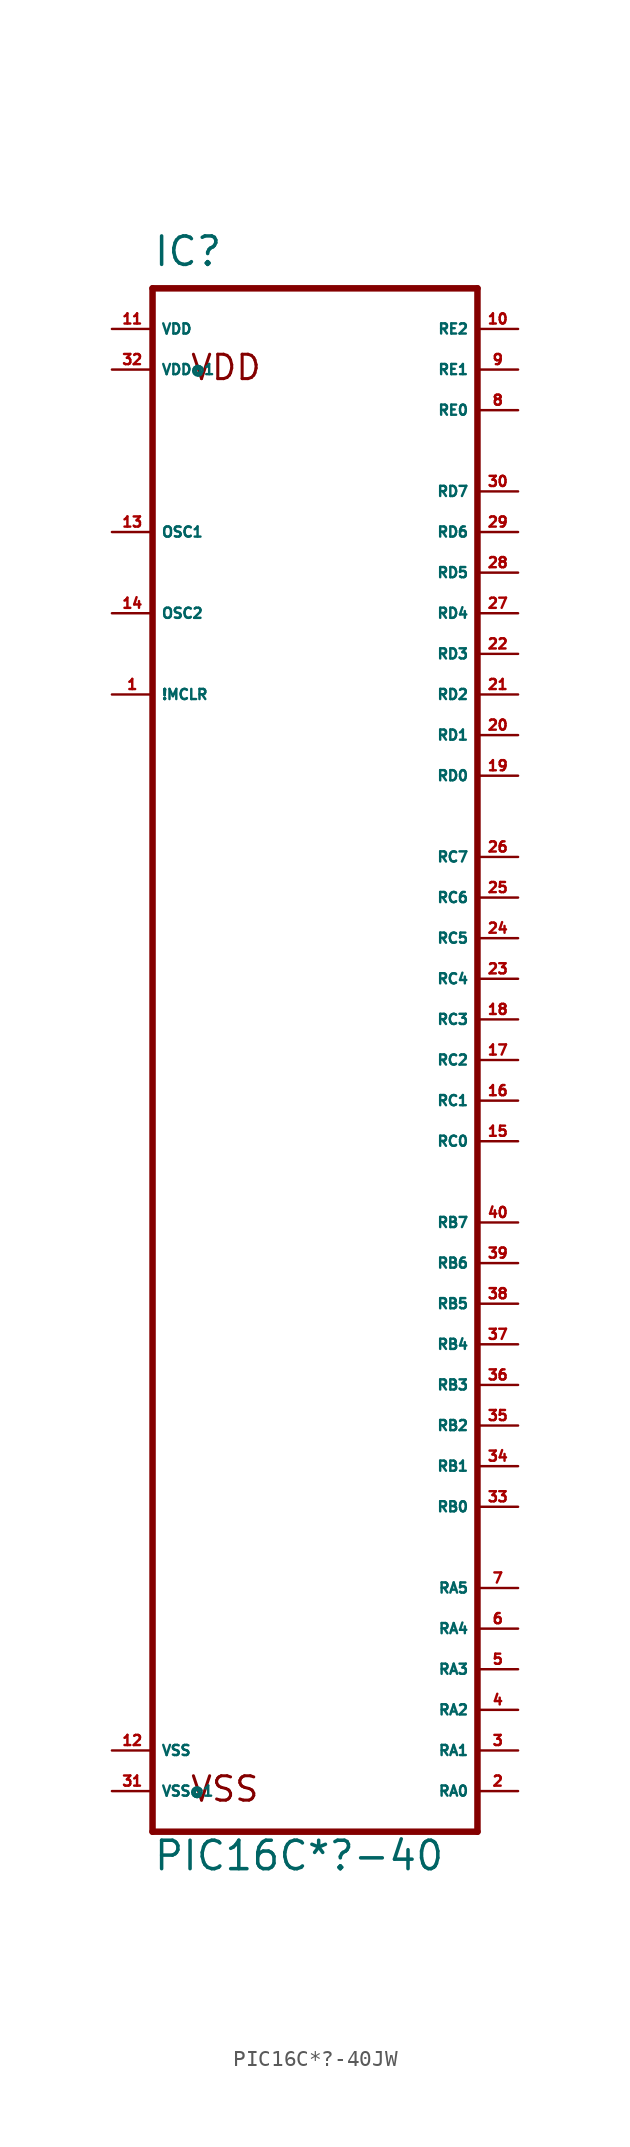
<source format=kicad_sym>
(kicad_symbol_lib
  (version 20220914)
  (generator Eagle2Kicad)
  (symbol "PIC16C*?-40JW"
    (property "Reference" "IC"
      (at -10.16 49.53 0)
      (effects (font (size 1.778 1.778) (thickness 0.22)) (justify left bottom)))
    (property "Value" "PIC16C*?-40"
      (at -10.16 -50.8 0)
      (effects (font (size 1.778 1.778) (thickness 0.22)) (justify left bottom)))
    (polyline
      (pts (xy -10.16 -48.26) (xy 10.16 -48.26))
      (stroke (width 0.406) (type default))
      (fill (type none)))
    (polyline
      (pts (xy 10.16 -48.26) (xy 10.16 48.26))
      (stroke (width 0.406) (type default))
      (fill (type none)))
    (polyline
      (pts (xy 10.16 48.26) (xy -10.16 48.26))
      (stroke (width 0.406) (type default))
      (fill (type none)))
    (polyline
      (pts (xy -10.16 48.26) (xy -10.16 -48.26))
      (stroke (width 0.406) (type default))
      (fill (type none)))
    (text "VDD"
      (at -7.874 42.418 0)
      (effects (font (size 1.524 1.524) (thickness 0.19)) (justify left bottom)))
    (text "VSS"
      (at -7.874 -46.482 0)
      (effects (font (size 1.524 1.524) (thickness 0.19)) (justify left bottom)))
    (pin input line
      (at -12.7 22.86 0)
      (length 2.54)
      (name "!MCLR" (effects (font (size 0.635 0.635) (thickness 0.08)) (justify left bottom)))
      (number "1" (effects (font (size 0.635 0.635) (thickness 0.08)) (justify left bottom))))
    (pin input line
      (at -12.7 33.02 0)
      (length 2.54)
      (name "OSC1" (effects (font (size 0.635 0.635) (thickness 0.08)) (justify left bottom)))
      (number "13" (effects (font (size 0.635 0.635) (thickness 0.08)) (justify left bottom))))
    (pin bidirectional line
      (at 12.7 -45.72 180)
      (length 2.54)
      (name "RA0" (effects (font (size 0.635 0.635) (thickness 0.08)) (justify left bottom)))
      (number "2" (effects (font (size 0.635 0.635) (thickness 0.08)) (justify left bottom))))
    (pin bidirectional line
      (at 12.7 -43.18 180)
      (length 2.54)
      (name "RA1" (effects (font (size 0.635 0.635) (thickness 0.08)) (justify left bottom)))
      (number "3" (effects (font (size 0.635 0.635) (thickness 0.08)) (justify left bottom))))
    (pin bidirectional line
      (at 12.7 -40.64 180)
      (length 2.54)
      (name "RA2" (effects (font (size 0.635 0.635) (thickness 0.08)) (justify left bottom)))
      (number "4" (effects (font (size 0.635 0.635) (thickness 0.08)) (justify left bottom))))
    (pin bidirectional line
      (at 12.7 -38.1 180)
      (length 2.54)
      (name "RA3" (effects (font (size 0.635 0.635) (thickness 0.08)) (justify left bottom)))
      (number "5" (effects (font (size 0.635 0.635) (thickness 0.08)) (justify left bottom))))
    (pin bidirectional line
      (at 12.7 -35.56 180)
      (length 2.54)
      (name "RA4" (effects (font (size 0.635 0.635) (thickness 0.08)) (justify left bottom)))
      (number "6" (effects (font (size 0.635 0.635) (thickness 0.08)) (justify left bottom))))
    (pin bidirectional line
      (at 12.7 -33.02 180)
      (length 2.54)
      (name "RA5" (effects (font (size 0.635 0.635) (thickness 0.08)) (justify left bottom)))
      (number "7" (effects (font (size 0.635 0.635) (thickness 0.08)) (justify left bottom))))
    (pin bidirectional line
      (at 12.7 -27.94 180)
      (length 2.54)
      (name "RB0" (effects (font (size 0.635 0.635) (thickness 0.08)) (justify left bottom)))
      (number "33" (effects (font (size 0.635 0.635) (thickness 0.08)) (justify left bottom))))
    (pin bidirectional line
      (at 12.7 -25.4 180)
      (length 2.54)
      (name "RB1" (effects (font (size 0.635 0.635) (thickness 0.08)) (justify left bottom)))
      (number "34" (effects (font (size 0.635 0.635) (thickness 0.08)) (justify left bottom))))
    (pin bidirectional line
      (at 12.7 -22.86 180)
      (length 2.54)
      (name "RB2" (effects (font (size 0.635 0.635) (thickness 0.08)) (justify left bottom)))
      (number "35" (effects (font (size 0.635 0.635) (thickness 0.08)) (justify left bottom))))
    (pin bidirectional line
      (at 12.7 -20.32 180)
      (length 2.54)
      (name "RB3" (effects (font (size 0.635 0.635) (thickness 0.08)) (justify left bottom)))
      (number "36" (effects (font (size 0.635 0.635) (thickness 0.08)) (justify left bottom))))
    (pin bidirectional line
      (at 12.7 -17.78 180)
      (length 2.54)
      (name "RB4" (effects (font (size 0.635 0.635) (thickness 0.08)) (justify left bottom)))
      (number "37" (effects (font (size 0.635 0.635) (thickness 0.08)) (justify left bottom))))
    (pin bidirectional line
      (at 12.7 -15.24 180)
      (length 2.54)
      (name "RB5" (effects (font (size 0.635 0.635) (thickness 0.08)) (justify left bottom)))
      (number "38" (effects (font (size 0.635 0.635) (thickness 0.08)) (justify left bottom))))
    (pin bidirectional line
      (at 12.7 -12.7 180)
      (length 2.54)
      (name "RB6" (effects (font (size 0.635 0.635) (thickness 0.08)) (justify left bottom)))
      (number "39" (effects (font (size 0.635 0.635) (thickness 0.08)) (justify left bottom))))
    (pin output line
      (at 12.7 -5.08 180)
      (length 2.54)
      (name "RC0" (effects (font (size 0.635 0.635) (thickness 0.08)) (justify left bottom)))
      (number "15" (effects (font (size 0.635 0.635) (thickness 0.08)) (justify left bottom))))
    (pin output line
      (at 12.7 -2.54 180)
      (length 2.54)
      (name "RC1" (effects (font (size 0.635 0.635) (thickness 0.08)) (justify left bottom)))
      (number "16" (effects (font (size 0.635 0.635) (thickness 0.08)) (justify left bottom))))
    (pin output line
      (at 12.7 0 180)
      (length 2.54)
      (name "RC2" (effects (font (size 0.635 0.635) (thickness 0.08)) (justify left bottom)))
      (number "17" (effects (font (size 0.635 0.635) (thickness 0.08)) (justify left bottom))))
    (pin output line
      (at 12.7 2.54 180)
      (length 2.54)
      (name "RC3" (effects (font (size 0.635 0.635) (thickness 0.08)) (justify left bottom)))
      (number "18" (effects (font (size 0.635 0.635) (thickness 0.08)) (justify left bottom))))
    (pin output line
      (at 12.7 5.08 180)
      (length 2.54)
      (name "RC4" (effects (font (size 0.635 0.635) (thickness 0.08)) (justify left bottom)))
      (number "23" (effects (font (size 0.635 0.635) (thickness 0.08)) (justify left bottom))))
    (pin output line
      (at 12.7 7.62 180)
      (length 2.54)
      (name "RC5" (effects (font (size 0.635 0.635) (thickness 0.08)) (justify left bottom)))
      (number "24" (effects (font (size 0.635 0.635) (thickness 0.08)) (justify left bottom))))
    (pin output line
      (at 12.7 10.16 180)
      (length 2.54)
      (name "RC6" (effects (font (size 0.635 0.635) (thickness 0.08)) (justify left bottom)))
      (number "25" (effects (font (size 0.635 0.635) (thickness 0.08)) (justify left bottom))))
    (pin output line
      (at 12.7 12.7 180)
      (length 2.54)
      (name "RC7" (effects (font (size 0.635 0.635) (thickness 0.08)) (justify left bottom)))
      (number "26" (effects (font (size 0.635 0.635) (thickness 0.08)) (justify left bottom))))
    (pin bidirectional line
      (at 12.7 -10.16 180)
      (length 2.54)
      (name "RB7" (effects (font (size 0.635 0.635) (thickness 0.08)) (justify left bottom)))
      (number "40" (effects (font (size 0.635 0.635) (thickness 0.08)) (justify left bottom))))
    (pin bidirectional line
      (at 12.7 17.78 180)
      (length 2.54)
      (name "RD0" (effects (font (size 0.635 0.635) (thickness 0.08)) (justify left bottom)))
      (number "19" (effects (font (size 0.635 0.635) (thickness 0.08)) (justify left bottom))))
    (pin bidirectional line
      (at 12.7 20.32 180)
      (length 2.54)
      (name "RD1" (effects (font (size 0.635 0.635) (thickness 0.08)) (justify left bottom)))
      (number "20" (effects (font (size 0.635 0.635) (thickness 0.08)) (justify left bottom))))
    (pin bidirectional line
      (at 12.7 22.86 180)
      (length 2.54)
      (name "RD2" (effects (font (size 0.635 0.635) (thickness 0.08)) (justify left bottom)))
      (number "21" (effects (font (size 0.635 0.635) (thickness 0.08)) (justify left bottom))))
    (pin bidirectional line
      (at 12.7 25.4 180)
      (length 2.54)
      (name "RD3" (effects (font (size 0.635 0.635) (thickness 0.08)) (justify left bottom)))
      (number "22" (effects (font (size 0.635 0.635) (thickness 0.08)) (justify left bottom))))
    (pin bidirectional line
      (at 12.7 27.94 180)
      (length 2.54)
      (name "RD4" (effects (font (size 0.635 0.635) (thickness 0.08)) (justify left bottom)))
      (number "27" (effects (font (size 0.635 0.635) (thickness 0.08)) (justify left bottom))))
    (pin bidirectional line
      (at 12.7 30.48 180)
      (length 2.54)
      (name "RD5" (effects (font (size 0.635 0.635) (thickness 0.08)) (justify left bottom)))
      (number "28" (effects (font (size 0.635 0.635) (thickness 0.08)) (justify left bottom))))
    (pin bidirectional line
      (at 12.7 33.02 180)
      (length 2.54)
      (name "RD6" (effects (font (size 0.635 0.635) (thickness 0.08)) (justify left bottom)))
      (number "29" (effects (font (size 0.635 0.635) (thickness 0.08)) (justify left bottom))))
    (pin bidirectional line
      (at 12.7 35.56 180)
      (length 2.54)
      (name "RD7" (effects (font (size 0.635 0.635) (thickness 0.08)) (justify left bottom)))
      (number "30" (effects (font (size 0.635 0.635) (thickness 0.08)) (justify left bottom))))
    (pin output line
      (at -12.7 27.94 0)
      (length 2.54)
      (name "OSC2" (effects (font (size 0.635 0.635) (thickness 0.08)) (justify left bottom)))
      (number "14" (effects (font (size 0.635 0.635) (thickness 0.08)) (justify left bottom))))
    (pin unspecified line
      (at -12.7 -45.72 0)
      (length 2.54)
      (name "VSS@1" (effects (font (size 0.635 0.635) (thickness 0.08)) (justify left bottom)))
      (number "31" (effects (font (size 0.635 0.635) (thickness 0.08)) (justify left bottom))))
    (pin unspecified line
      (at -12.7 -43.18 0)
      (length 2.54)
      (name "VSS" (effects (font (size 0.635 0.635) (thickness 0.08)) (justify left bottom)))
      (number "12" (effects (font (size 0.635 0.635) (thickness 0.08)) (justify left bottom))))
    (pin unspecified line
      (at -12.7 43.18 0)
      (length 2.54)
      (name "VDD@1" (effects (font (size 0.635 0.635) (thickness 0.08)) (justify left bottom)))
      (number "32" (effects (font (size 0.635 0.635) (thickness 0.08)) (justify left bottom))))
    (pin unspecified line
      (at -12.7 45.72 0)
      (length 2.54)
      (name "VDD" (effects (font (size 0.635 0.635) (thickness 0.08)) (justify left bottom)))
      (number "11" (effects (font (size 0.635 0.635) (thickness 0.08)) (justify left bottom))))
    (pin bidirectional line
      (at 12.7 40.64 180)
      (length 2.54)
      (name "RE0" (effects (font (size 0.635 0.635) (thickness 0.08)) (justify left bottom)))
      (number "8" (effects (font (size 0.635 0.635) (thickness 0.08)) (justify left bottom))))
    (pin bidirectional line
      (at 12.7 43.18 180)
      (length 2.54)
      (name "RE1" (effects (font (size 0.635 0.635) (thickness 0.08)) (justify left bottom)))
      (number "9" (effects (font (size 0.635 0.635) (thickness 0.08)) (justify left bottom))))
    (pin bidirectional line
      (at 12.7 45.72 180)
      (length 2.54)
      (name "RE2" (effects (font (size 0.635 0.635) (thickness 0.08)) (justify left bottom)))
      (number "10" (effects (font (size 0.635 0.635) (thickness 0.08)) (justify left bottom))))))
</source>
